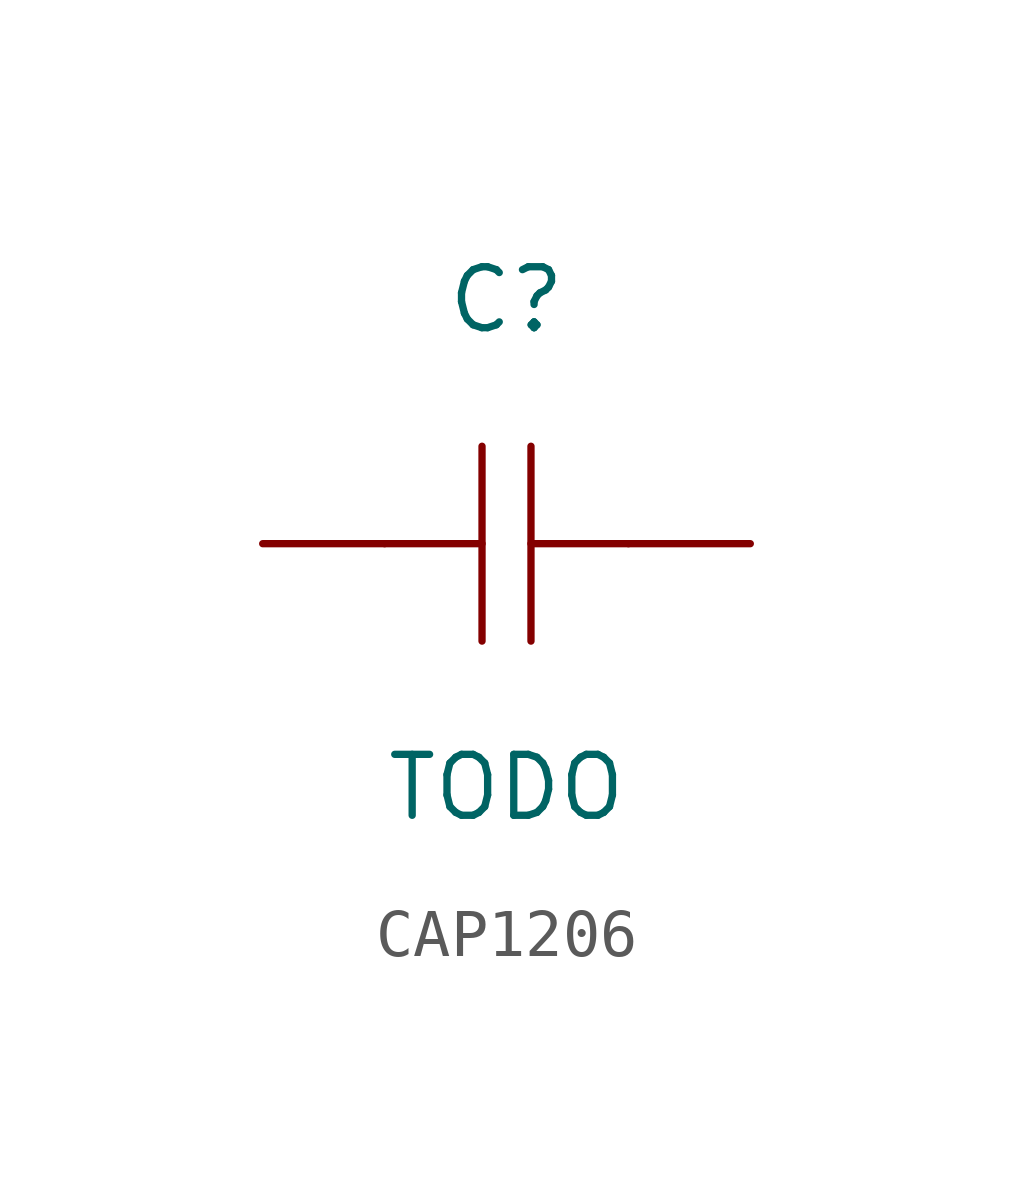
<source format=kicad_sym>
(kicad_symbol_lib
  (version 20241209)
  (generator "kicad_symbol_editor")
  (generator_version "9.0")
  (symbol "CAP1206"
    (property "Reference" "C"
      (at 0 5.08 0)
      (effects (font (size 1.27 1.27))))
    (property "Value" "TODO"
      (at 0 -5.08 0)
      (effects (font (size 1.27 1.27))))
    (symbol "CAP1206_0_1"
      (polyline (pts (xy -0.51 0) (xy -2.54 0)) (stroke (width 0) (type default)) (fill (type none)))
      (polyline (pts (xy -0.51 -2.03) (xy -0.51 2.03)) (stroke (width 0) (type default)) (fill (type none)))
      (polyline (pts (xy 0.51 2.03) (xy 0.51 -2.03)) (stroke (width 0) (type default)) (fill (type none)))
      (polyline (pts (xy 2.54 0) (xy 0.51 0)) (stroke (width 0) (type default)) (fill (type none))))
    (symbol "CAP1206_1_1"
      (pin passive line (at -5.08 0 0) (length 2.54) (name "1" (effects (font (size 0 0)))) (number "1" (effects (font (size 0 0)))))
      (pin passive line (at 5.08 0 180) (length 2.54) (name "2" (effects (font (size 0 0)))) (number "2" (effects (font (size 0 0))))))))
</source>
